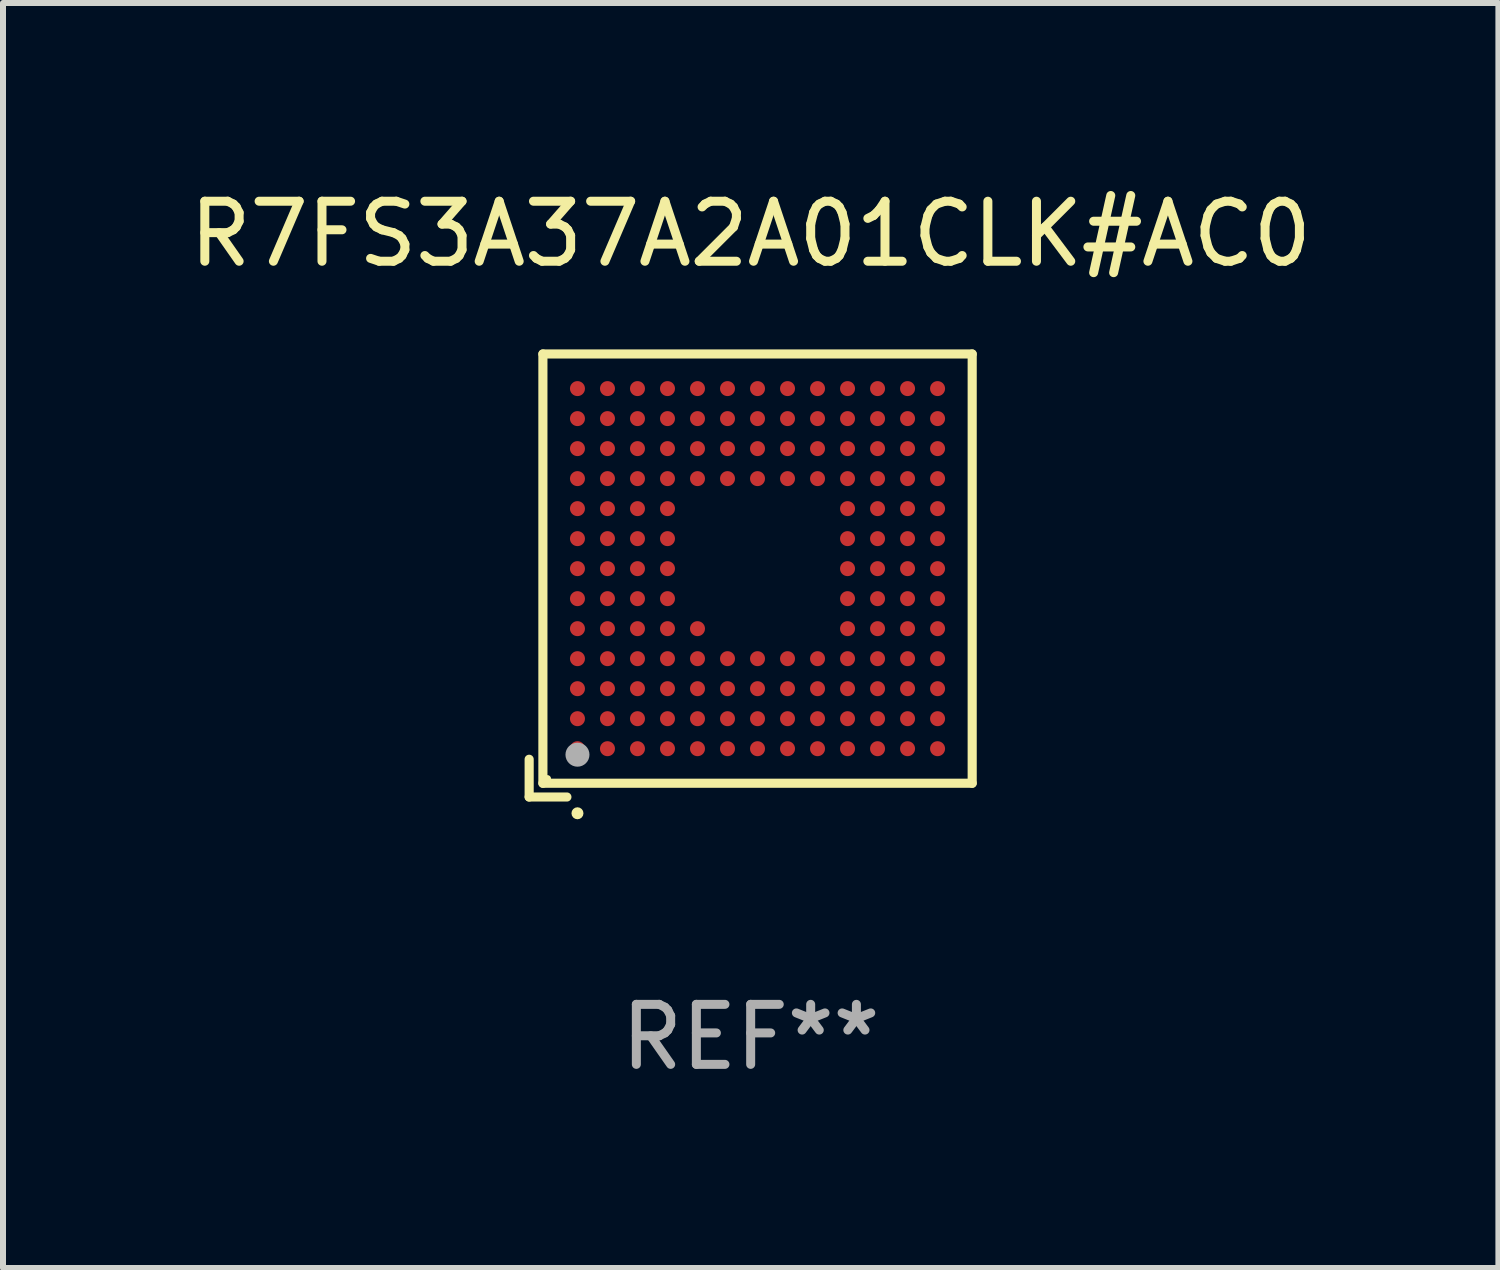
<source format=kicad_pcb>
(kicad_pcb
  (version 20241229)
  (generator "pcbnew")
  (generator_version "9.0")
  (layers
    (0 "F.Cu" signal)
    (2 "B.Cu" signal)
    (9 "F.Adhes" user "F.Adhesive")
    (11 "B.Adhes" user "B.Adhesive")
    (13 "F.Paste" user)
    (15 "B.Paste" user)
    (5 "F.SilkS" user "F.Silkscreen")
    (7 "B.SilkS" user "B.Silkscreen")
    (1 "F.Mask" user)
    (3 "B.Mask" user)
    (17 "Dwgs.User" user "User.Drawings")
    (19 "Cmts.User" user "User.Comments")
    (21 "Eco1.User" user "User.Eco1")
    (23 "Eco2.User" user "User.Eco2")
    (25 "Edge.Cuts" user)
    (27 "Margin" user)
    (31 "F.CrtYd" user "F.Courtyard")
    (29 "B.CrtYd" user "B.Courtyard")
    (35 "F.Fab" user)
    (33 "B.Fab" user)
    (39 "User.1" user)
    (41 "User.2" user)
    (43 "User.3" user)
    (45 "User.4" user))
  (footprint "R7FS3A37A2A01CLK#AC0"
    (layer "F.Cu")
    (at 9.458 6.539)
    (property "Reference" "R7FS3A37A2A01CLK#AC0" (at 0 -5.691 0) (layer "F.SilkS") (effects (font (size 1 1) (thickness 0.15))))
    (attr through_hole)
    (fp_line (start -3.691 3.062) (end -3.691 3.691) (stroke (width 0.152) (type solid)) (layer "F.SilkS"))
    (fp_line (start -3.691 3.691) (end -3.062 3.691) (stroke (width 0.152) (type solid)) (layer "F.SilkS"))
    (fp_line (start -3.462 -3.691) (end 3.691 -3.691) (stroke (width 0.152) (type solid)) (layer "F.SilkS"))
    (fp_line (start -3.462 3.462) (end -3.462 -3.691) (stroke (width 0.152) (type solid)) (layer "F.SilkS"))
    (fp_line (start 3.691 -3.691) (end 3.691 3.462) (stroke (width 0.152) (type solid)) (layer "F.SilkS"))
    (fp_line (start 3.691 3.462) (end -3.462 3.462) (stroke (width 0.152) (type solid)) (layer "F.SilkS"))
    (fp_circle (center -3.386 3.386) (end -3.356 3.386) (stroke (width 0.06) (type solid)) (fill no) (layer "F.SilkS"))
    (fp_circle (center -2.886 3.962) (end -2.836 3.962) (stroke (width 0.1) (type solid)) (fill no) (layer "F.SilkS"))
    (fp_circle (center -2.886 2.986) (end -2.786 2.986) (stroke (width 0.2) (type solid)) (fill no) (layer "F.Fab"))
    (fp_text user "REF**" (at 0 7.691 0) (layer "F.Fab") (effects (font (size 1 1) (thickness 0.15))))
    (pad "A1" smd circle (at -2.886 2.886) (size 0.25 0.25) (layers "F.Cu" "F.Mask" "F.Paste"))
    (pad "A2" smd circle (at -2.886 2.386) (size 0.25 0.25) (layers "F.Cu" "F.Mask" "F.Paste"))
    (pad "A3" smd circle (at -2.886 1.886) (size 0.25 0.25) (layers "F.Cu" "F.Mask" "F.Paste"))
    (pad "A4" smd circle (at -2.886 1.386) (size 0.25 0.25) (layers "F.Cu" "F.Mask" "F.Paste"))
    (pad "A5" smd circle (at -2.886 0.886) (size 0.25 0.25) (layers "F.Cu" "F.Mask" "F.Paste"))
    (pad "A6" smd circle (at -2.886 0.386) (size 0.25 0.25) (layers "F.Cu" "F.Mask" "F.Paste"))
    (pad "A7" smd circle (at -2.886 -0.114) (size 0.25 0.25) (layers "F.Cu" "F.Mask" "F.Paste"))
    (pad "A8" smd circle (at -2.886 -0.614) (size 0.25 0.25) (layers "F.Cu" "F.Mask" "F.Paste"))
    (pad "A9" smd circle (at -2.886 -1.114) (size 0.25 0.25) (layers "F.Cu" "F.Mask" "F.Paste"))
    (pad "A10" smd circle (at -2.886 -1.614) (size 0.25 0.25) (layers "F.Cu" "F.Mask" "F.Paste"))
    (pad "A11" smd circle (at -2.886 -2.114) (size 0.25 0.25) (layers "F.Cu" "F.Mask" "F.Paste"))
    (pad "A12" smd circle (at -2.886 -2.614) (size 0.25 0.25) (layers "F.Cu" "F.Mask" "F.Paste"))
    (pad "A13" smd circle (at -2.886 -3.114) (size 0.25 0.25) (layers "F.Cu" "F.Mask" "F.Paste"))
    (pad "B1" smd circle (at -2.386 2.886) (size 0.25 0.25) (layers "F.Cu" "F.Mask" "F.Paste"))
    (pad "B2" smd circle (at -2.386 2.386) (size 0.25 0.25) (layers "F.Cu" "F.Mask" "F.Paste"))
    (pad "B3" smd circle (at -2.386 1.886) (size 0.25 0.25) (layers "F.Cu" "F.Mask" "F.Paste"))
    (pad "B4" smd circle (at -2.386 1.386) (size 0.25 0.25) (layers "F.Cu" "F.Mask" "F.Paste"))
    (pad "B5" smd circle (at -2.386 0.886) (size 0.25 0.25) (layers "F.Cu" "F.Mask" "F.Paste"))
    (pad "B6" smd circle (at -2.386 0.386) (size 0.25 0.25) (layers "F.Cu" "F.Mask" "F.Paste"))
    (pad "B7" smd circle (at -2.386 -0.114) (size 0.25 0.25) (layers "F.Cu" "F.Mask" "F.Paste"))
    (pad "B8" smd circle (at -2.386 -0.614) (size 0.25 0.25) (layers "F.Cu" "F.Mask" "F.Paste"))
    (pad "B9" smd circle (at -2.386 -1.114) (size 0.25 0.25) (layers "F.Cu" "F.Mask" "F.Paste"))
    (pad "B10" smd circle (at -2.386 -1.614) (size 0.25 0.25) (layers "F.Cu" "F.Mask" "F.Paste"))
    (pad "B11" smd circle (at -2.386 -2.114) (size 0.25 0.25) (layers "F.Cu" "F.Mask" "F.Paste"))
    (pad "B12" smd circle (at -2.386 -2.614) (size 0.25 0.25) (layers "F.Cu" "F.Mask" "F.Paste"))
    (pad "B13" smd circle (at -2.386 -3.114) (size 0.25 0.25) (layers "F.Cu" "F.Mask" "F.Paste"))
    (pad "C1" smd circle (at -1.886 2.886) (size 0.25 0.25) (layers "F.Cu" "F.Mask" "F.Paste"))
    (pad "C2" smd circle (at -1.886 2.386) (size 0.25 0.25) (layers "F.Cu" "F.Mask" "F.Paste"))
    (pad "C3" smd circle (at -1.886 1.886) (size 0.25 0.25) (layers "F.Cu" "F.Mask" "F.Paste"))
    (pad "C4" smd circle (at -1.886 1.386) (size 0.25 0.25) (layers "F.Cu" "F.Mask" "F.Paste"))
    (pad "C5" smd circle (at -1.886 0.886) (size 0.25 0.25) (layers "F.Cu" "F.Mask" "F.Paste"))
    (pad "C6" smd circle (at -1.886 0.386) (size 0.25 0.25) (layers "F.Cu" "F.Mask" "F.Paste"))
    (pad "C7" smd circle (at -1.886 -0.114) (size 0.25 0.25) (layers "F.Cu" "F.Mask" "F.Paste"))
    (pad "C8" smd circle (at -1.886 -0.614) (size 0.25 0.25) (layers "F.Cu" "F.Mask" "F.Paste"))
    (pad "C9" smd circle (at -1.886 -1.114) (size 0.25 0.25) (layers "F.Cu" "F.Mask" "F.Paste"))
    (pad "C10" smd circle (at -1.886 -1.614) (size 0.25 0.25) (layers "F.Cu" "F.Mask" "F.Paste"))
    (pad "C11" smd circle (at -1.886 -2.114) (size 0.25 0.25) (layers "F.Cu" "F.Mask" "F.Paste"))
    (pad "C12" smd circle (at -1.886 -2.614) (size 0.25 0.25) (layers "F.Cu" "F.Mask" "F.Paste"))
    (pad "C13" smd circle (at -1.886 -3.114) (size 0.25 0.25) (layers "F.Cu" "F.Mask" "F.Paste"))
    (pad "D1" smd circle (at -1.386 2.886) (size 0.25 0.25) (layers "F.Cu" "F.Mask" "F.Paste"))
    (pad "D2" smd circle (at -1.386 2.386) (size 0.25 0.25) (layers "F.Cu" "F.Mask" "F.Paste"))
    (pad "D3" smd circle (at -1.386 1.886) (size 0.25 0.25) (layers "F.Cu" "F.Mask" "F.Paste"))
    (pad "D4" smd circle (at -1.386 1.386) (size 0.25 0.25) (layers "F.Cu" "F.Mask" "F.Paste"))
    (pad "D5" smd circle (at -1.386 0.886) (size 0.25 0.25) (layers "F.Cu" "F.Mask" "F.Paste"))
    (pad "D6" smd circle (at -1.386 0.386) (size 0.25 0.25) (layers "F.Cu" "F.Mask" "F.Paste"))
    (pad "D7" smd circle (at -1.386 -0.114) (size 0.25 0.25) (layers "F.Cu" "F.Mask" "F.Paste"))
    (pad "D8" smd circle (at -1.386 -0.614) (size 0.25 0.25) (layers "F.Cu" "F.Mask" "F.Paste"))
    (pad "D9" smd circle (at -1.386 -1.114) (size 0.25 0.25) (layers "F.Cu" "F.Mask" "F.Paste"))
    (pad "D10" smd circle (at -1.386 -1.614) (size 0.25 0.25) (layers "F.Cu" "F.Mask" "F.Paste"))
    (pad "D11" smd circle (at -1.386 -2.114) (size 0.25 0.25) (layers "F.Cu" "F.Mask" "F.Paste"))
    (pad "D12" smd circle (at -1.386 -2.614) (size 0.25 0.25) (layers "F.Cu" "F.Mask" "F.Paste"))
    (pad "D13" smd circle (at -1.386 -3.114) (size 0.25 0.25) (layers "F.Cu" "F.Mask" "F.Paste"))
    (pad "E1" smd circle (at -0.886 2.886) (size 0.25 0.25) (layers "F.Cu" "F.Mask" "F.Paste"))
    (pad "E2" smd circle (at -0.886 2.386) (size 0.25 0.25) (layers "F.Cu" "F.Mask" "F.Paste"))
    (pad "E3" smd circle (at -0.886 1.886) (size 0.25 0.25) (layers "F.Cu" "F.Mask" "F.Paste"))
    (pad "E4" smd circle (at -0.886 1.386) (size 0.25 0.25) (layers "F.Cu" "F.Mask" "F.Paste"))
    (pad "E5" smd circle (at -0.886 0.886) (size 0.25 0.25) (layers "F.Cu" "F.Mask" "F.Paste"))
    (pad "E10" smd circle (at -0.886 -1.614) (size 0.25 0.25) (layers "F.Cu" "F.Mask" "F.Paste"))
    (pad "E11" smd circle (at -0.886 -2.114) (size 0.25 0.25) (layers "F.Cu" "F.Mask" "F.Paste"))
    (pad "E12" smd circle (at -0.886 -2.614) (size 0.25 0.25) (layers "F.Cu" "F.Mask" "F.Paste"))
    (pad "E13" smd circle (at -0.886 -3.114) (size 0.25 0.25) (layers "F.Cu" "F.Mask" "F.Paste"))
    (pad "F1" smd circle (at -0.386 2.886) (size 0.25 0.25) (layers "F.Cu" "F.Mask" "F.Paste"))
    (pad "F2" smd circle (at -0.386 2.386) (size 0.25 0.25) (layers "F.Cu" "F.Mask" "F.Paste"))
    (pad "F3" smd circle (at -0.386 1.886) (size 0.25 0.25) (layers "F.Cu" "F.Mask" "F.Paste"))
    (pad "F4" smd circle (at -0.386 1.386) (size 0.25 0.25) (layers "F.Cu" "F.Mask" "F.Paste"))
    (pad "F10" smd circle (at -0.386 -1.614) (size 0.25 0.25) (layers "F.Cu" "F.Mask" "F.Paste"))
    (pad "F11" smd circle (at -0.386 -2.114) (size 0.25 0.25) (layers "F.Cu" "F.Mask" "F.Paste"))
    (pad "F12" smd circle (at -0.386 -2.614) (size 0.25 0.25) (layers "F.Cu" "F.Mask" "F.Paste"))
    (pad "F13" smd circle (at -0.386 -3.114) (size 0.25 0.25) (layers "F.Cu" "F.Mask" "F.Paste"))
    (pad "G1" smd circle (at 0.114 2.886) (size 0.25 0.25) (layers "F.Cu" "F.Mask" "F.Paste"))
    (pad "G2" smd circle (at 0.114 2.386) (size 0.25 0.25) (layers "F.Cu" "F.Mask" "F.Paste"))
    (pad "G3" smd circle (at 0.114 1.886) (size 0.25 0.25) (layers "F.Cu" "F.Mask" "F.Paste"))
    (pad "G4" smd circle (at 0.114 1.386) (size 0.25 0.25) (layers "F.Cu" "F.Mask" "F.Paste"))
    (pad "G10" smd circle (at 0.114 -1.614) (size 0.25 0.25) (layers "F.Cu" "F.Mask" "F.Paste"))
    (pad "G11" smd circle (at 0.114 -2.114) (size 0.25 0.25) (layers "F.Cu" "F.Mask" "F.Paste"))
    (pad "G12" smd circle (at 0.114 -2.614) (size 0.25 0.25) (layers "F.Cu" "F.Mask" "F.Paste"))
    (pad "G13" smd circle (at 0.114 -3.114) (size 0.25 0.25) (layers "F.Cu" "F.Mask" "F.Paste"))
    (pad "H1" smd circle (at 0.614 2.886) (size 0.25 0.25) (layers "F.Cu" "F.Mask" "F.Paste"))
    (pad "H2" smd circle (at 0.614 2.386) (size 0.25 0.25) (layers "F.Cu" "F.Mask" "F.Paste"))
    (pad "H3" smd circle (at 0.614 1.886) (size 0.25 0.25) (layers "F.Cu" "F.Mask" "F.Paste"))
    (pad "H4" smd circle (at 0.614 1.386) (size 0.25 0.25) (layers "F.Cu" "F.Mask" "F.Paste"))
    (pad "H10" smd circle (at 0.614 -1.614) (size 0.25 0.25) (layers "F.Cu" "F.Mask" "F.Paste"))
    (pad "H11" smd circle (at 0.614 -2.114) (size 0.25 0.25) (layers "F.Cu" "F.Mask" "F.Paste"))
    (pad "H12" smd circle (at 0.614 -2.614) (size 0.25 0.25) (layers "F.Cu" "F.Mask" "F.Paste"))
    (pad "H13" smd circle (at 0.614 -3.114) (size 0.25 0.25) (layers "F.Cu" "F.Mask" "F.Paste"))
    (pad "J1" smd circle (at 1.114 2.886) (size 0.25 0.25) (layers "F.Cu" "F.Mask" "F.Paste"))
    (pad "J2" smd circle (at 1.114 2.386) (size 0.25 0.25) (layers "F.Cu" "F.Mask" "F.Paste"))
    (pad "J3" smd circle (at 1.114 1.886) (size 0.25 0.25) (layers "F.Cu" "F.Mask" "F.Paste"))
    (pad "J4" smd circle (at 1.114 1.386) (size 0.25 0.25) (layers "F.Cu" "F.Mask" "F.Paste"))
    (pad "J10" smd circle (at 1.114 -1.614) (size 0.25 0.25) (layers "F.Cu" "F.Mask" "F.Paste"))
    (pad "J11" smd circle (at 1.114 -2.114) (size 0.25 0.25) (layers "F.Cu" "F.Mask" "F.Paste"))
    (pad "J12" smd circle (at 1.114 -2.614) (size 0.25 0.25) (layers "F.Cu" "F.Mask" "F.Paste"))
    (pad "J13" smd circle (at 1.114 -3.114) (size 0.25 0.25) (layers "F.Cu" "F.Mask" "F.Paste"))
    (pad "K1" smd circle (at 1.614 2.886) (size 0.25 0.25) (layers "F.Cu" "F.Mask" "F.Paste"))
    (pad "K2" smd circle (at 1.614 2.386) (size 0.25 0.25) (layers "F.Cu" "F.Mask" "F.Paste"))
    (pad "K3" smd circle (at 1.614 1.886) (size 0.25 0.25) (layers "F.Cu" "F.Mask" "F.Paste"))
    (pad "K4" smd circle (at 1.614 1.386) (size 0.25 0.25) (layers "F.Cu" "F.Mask" "F.Paste"))
    (pad "K5" smd circle (at 1.614 0.886) (size 0.25 0.25) (layers "F.Cu" "F.Mask" "F.Paste"))
    (pad "K6" smd circle (at 1.614 0.386) (size 0.25 0.25) (layers "F.Cu" "F.Mask" "F.Paste"))
    (pad "K7" smd circle (at 1.614 -0.114) (size 0.25 0.25) (layers "F.Cu" "F.Mask" "F.Paste"))
    (pad "K8" smd circle (at 1.614 -0.614) (size 0.25 0.25) (layers "F.Cu" "F.Mask" "F.Paste"))
    (pad "K9" smd circle (at 1.614 -1.114) (size 0.25 0.25) (layers "F.Cu" "F.Mask" "F.Paste"))
    (pad "K10" smd circle (at 1.614 -1.614) (size 0.25 0.25) (layers "F.Cu" "F.Mask" "F.Paste"))
    (pad "K11" smd circle (at 1.614 -2.114) (size 0.25 0.25) (layers "F.Cu" "F.Mask" "F.Paste"))
    (pad "K12" smd circle (at 1.614 -2.614) (size 0.25 0.25) (layers "F.Cu" "F.Mask" "F.Paste"))
    (pad "K13" smd circle (at 1.614 -3.114) (size 0.25 0.25) (layers "F.Cu" "F.Mask" "F.Paste"))
    (pad "L1" smd circle (at 2.114 2.886) (size 0.25 0.25) (layers "F.Cu" "F.Mask" "F.Paste"))
    (pad "L2" smd circle (at 2.114 2.386) (size 0.25 0.25) (layers "F.Cu" "F.Mask" "F.Paste"))
    (pad "L3" smd circle (at 2.114 1.886) (size 0.25 0.25) (layers "F.Cu" "F.Mask" "F.Paste"))
    (pad "L4" smd circle (at 2.114 1.386) (size 0.25 0.25) (layers "F.Cu" "F.Mask" "F.Paste"))
    (pad "L5" smd circle (at 2.114 0.886) (size 0.25 0.25) (layers "F.Cu" "F.Mask" "F.Paste"))
    (pad "L6" smd circle (at 2.114 0.386) (size 0.25 0.25) (layers "F.Cu" "F.Mask" "F.Paste"))
    (pad "L7" smd circle (at 2.114 -0.114) (size 0.25 0.25) (layers "F.Cu" "F.Mask" "F.Paste"))
    (pad "L8" smd circle (at 2.114 -0.614) (size 0.25 0.25) (layers "F.Cu" "F.Mask" "F.Paste"))
    (pad "L9" smd circle (at 2.114 -1.114) (size 0.25 0.25) (layers "F.Cu" "F.Mask" "F.Paste"))
    (pad "L10" smd circle (at 2.114 -1.614) (size 0.25 0.25) (layers "F.Cu" "F.Mask" "F.Paste"))
    (pad "L11" smd circle (at 2.114 -2.114) (size 0.25 0.25) (layers "F.Cu" "F.Mask" "F.Paste"))
    (pad "L12" smd circle (at 2.114 -2.614) (size 0.25 0.25) (layers "F.Cu" "F.Mask" "F.Paste"))
    (pad "L13" smd circle (at 2.114 -3.114) (size 0.25 0.25) (layers "F.Cu" "F.Mask" "F.Paste"))
    (pad "M1" smd circle (at 2.614 2.886) (size 0.25 0.25) (layers "F.Cu" "F.Mask" "F.Paste"))
    (pad "M2" smd circle (at 2.614 2.386) (size 0.25 0.25) (layers "F.Cu" "F.Mask" "F.Paste"))
    (pad "M3" smd circle (at 2.614 1.886) (size 0.25 0.25) (layers "F.Cu" "F.Mask" "F.Paste"))
    (pad "M4" smd circle (at 2.614 1.386) (size 0.25 0.25) (layers "F.Cu" "F.Mask" "F.Paste"))
    (pad "M5" smd circle (at 2.614 0.886) (size 0.25 0.25) (layers "F.Cu" "F.Mask" "F.Paste"))
    (pad "M6" smd circle (at 2.614 0.386) (size 0.25 0.25) (layers "F.Cu" "F.Mask" "F.Paste"))
    (pad "M7" smd circle (at 2.614 -0.114) (size 0.25 0.25) (layers "F.Cu" "F.Mask" "F.Paste"))
    (pad "M8" smd circle (at 2.614 -0.614) (size 0.25 0.25) (layers "F.Cu" "F.Mask" "F.Paste"))
    (pad "M9" smd circle (at 2.614 -1.114) (size 0.25 0.25) (layers "F.Cu" "F.Mask" "F.Paste"))
    (pad "M10" smd circle (at 2.614 -1.614) (size 0.25 0.25) (layers "F.Cu" "F.Mask" "F.Paste"))
    (pad "M11" smd circle (at 2.614 -2.114) (size 0.25 0.25) (layers "F.Cu" "F.Mask" "F.Paste"))
    (pad "M12" smd circle (at 2.614 -2.614) (size 0.25 0.25) (layers "F.Cu" "F.Mask" "F.Paste"))
    (pad "M13" smd circle (at 2.614 -3.114) (size 0.25 0.25) (layers "F.Cu" "F.Mask" "F.Paste"))
    (pad "N1" smd circle (at 3.114 2.886) (size 0.25 0.25) (layers "F.Cu" "F.Mask" "F.Paste"))
    (pad "N2" smd circle (at 3.114 2.386) (size 0.25 0.25) (layers "F.Cu" "F.Mask" "F.Paste"))
    (pad "N3" smd circle (at 3.114 1.886) (size 0.25 0.25) (layers "F.Cu" "F.Mask" "F.Paste"))
    (pad "N4" smd circle (at 3.114 1.386) (size 0.25 0.25) (layers "F.Cu" "F.Mask" "F.Paste"))
    (pad "N5" smd circle (at 3.114 0.886) (size 0.25 0.25) (layers "F.Cu" "F.Mask" "F.Paste"))
    (pad "N6" smd circle (at 3.114 0.386) (size 0.25 0.25) (layers "F.Cu" "F.Mask" "F.Paste"))
    (pad "N7" smd circle (at 3.114 -0.114) (size 0.25 0.25) (layers "F.Cu" "F.Mask" "F.Paste"))
    (pad "N8" smd circle (at 3.114 -0.614) (size 0.25 0.25) (layers "F.Cu" "F.Mask" "F.Paste"))
    (pad "N9" smd circle (at 3.114 -1.114) (size 0.25 0.25) (layers "F.Cu" "F.Mask" "F.Paste"))
    (pad "N10" smd circle (at 3.114 -1.614) (size 0.25 0.25) (layers "F.Cu" "F.Mask" "F.Paste"))
    (pad "N11" smd circle (at 3.114 -2.114) (size 0.25 0.25) (layers "F.Cu" "F.Mask" "F.Paste"))
    (pad "N12" smd circle (at 3.114 -2.614) (size 0.25 0.25) (layers "F.Cu" "F.Mask" "F.Paste"))
    (pad "N13" smd circle (at 3.114 -3.114) (size 0.25 0.25) (layers "F.Cu" "F.Mask" "F.Paste")))
  (gr_rect
    (start -3 -3)
    (end 21.917 18.078)
    (stroke (width 0.1) (type default))
    (fill no)
    (layer "Edge.Cuts")))
</source>
